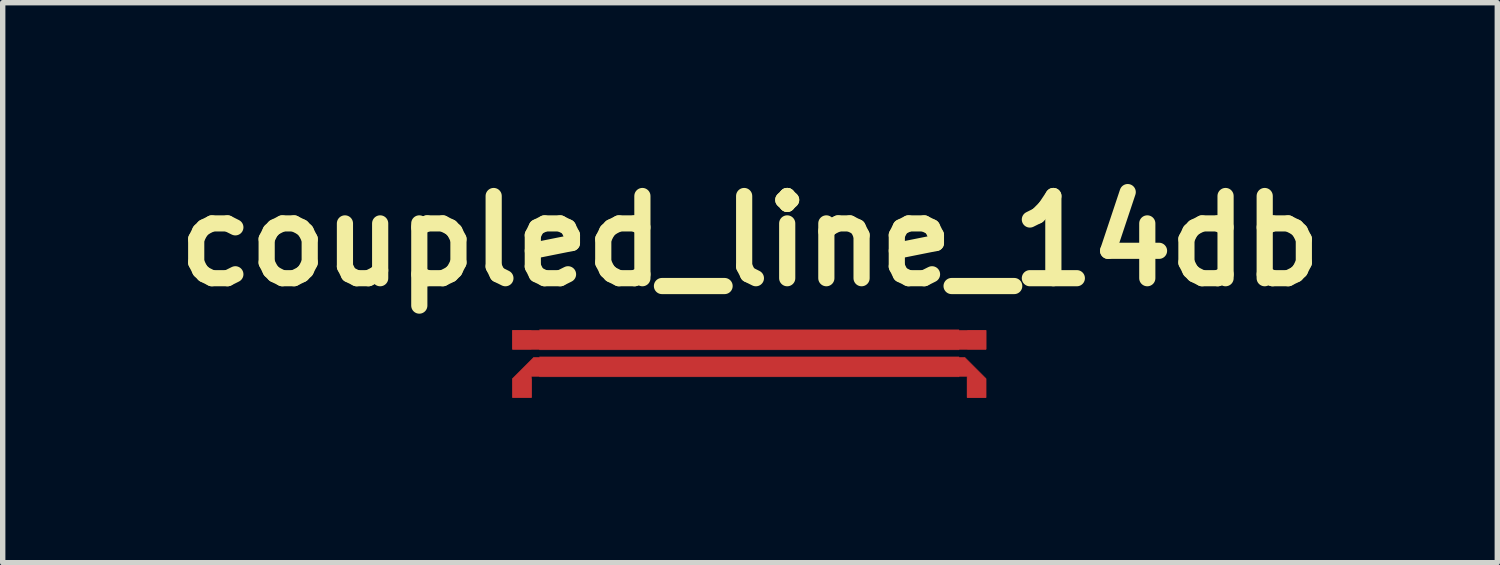
<source format=kicad_pcb>
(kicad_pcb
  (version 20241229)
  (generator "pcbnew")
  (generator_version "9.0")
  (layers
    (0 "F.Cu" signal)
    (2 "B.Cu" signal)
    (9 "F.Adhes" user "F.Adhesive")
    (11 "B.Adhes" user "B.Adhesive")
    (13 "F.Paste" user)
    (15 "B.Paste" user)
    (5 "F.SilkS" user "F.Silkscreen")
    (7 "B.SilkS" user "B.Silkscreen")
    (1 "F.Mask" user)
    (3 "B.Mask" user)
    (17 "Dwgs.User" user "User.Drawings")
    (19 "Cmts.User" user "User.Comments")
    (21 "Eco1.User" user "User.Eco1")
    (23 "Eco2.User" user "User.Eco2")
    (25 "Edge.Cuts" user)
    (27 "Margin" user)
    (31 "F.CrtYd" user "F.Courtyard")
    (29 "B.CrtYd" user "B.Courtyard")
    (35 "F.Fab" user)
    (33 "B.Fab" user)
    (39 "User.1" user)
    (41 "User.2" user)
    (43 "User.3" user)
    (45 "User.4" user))
  (footprint "coupled_line_14db"
    (layer "F.Cu")
    (at 10.837 3.246)
    (property "Reference" "coupled_line_14db" (at 0.02 -1.827 0) (layer "F.SilkS") (effects (font (size 1.524 1.524) (thickness 0.3))))
    (attr through_hole)
    (fp_poly (pts (xy 3.895 -0.17) (xy 4.395 -0.17) (xy 4.395 0.181) (xy 3.895 0.181) (xy 3.895 0.19) (xy -3.884 0.19) (xy -3.884 0.181) (xy -4.384 0.181) (xy -4.384 -0.17) (xy -3.884 -0.17) (xy -3.884 -0.179) (xy 3.895 -0.179) (xy 3.895 -0.17)) (stroke (width 0.01) (type solid)) (fill yes) (layer "F.Cu"))
    (fp_poly (pts (xy 3.895 0.331) (xy 4.002 0.331) (xy 4.395 0.724) (xy 4.395 1.075) (xy 4.045 1.075) (xy 4.045 0.682) (xy 3.895 0.682) (xy 3.895 0.691) (xy -3.884 0.691) (xy -3.884 0.682) (xy -4.034 0.682) (xy -4.034 1.075) (xy -4.384 1.075) (xy -4.384 0.724) (xy -3.991 0.331) (xy -3.884 0.331) (xy -3.884 0.322) (xy 3.895 0.322) (xy 3.895 0.331)) (stroke (width 0.01) (type solid)) (fill yes) (layer "F.Cu"))
    (pad "" smd rect (at -0.015 0.263) (size 10 1.75) (layers "F.Mask"))
    (pad "1" smd rect (at -4.21 0.005) (size 0.352 0.352) (layers "F.Cu"))
    (pad "2" smd rect (at 4.225 0.005) (size 0.352 0.352) (layers "F.Cu"))
    (pad "3" smd rect (at 4.223 0.902) (size 0.352 0.352) (layers "F.Cu"))
    (pad "4" smd rect (at -4.207 0.9) (size 0.352 0.352) (layers "F.Cu")))
  (gr_rect
    (start -3 -3)
    (end 24.713 7.383)
    (stroke (width 0.1) (type default))
    (fill no)
    (layer "Edge.Cuts")))
</source>
